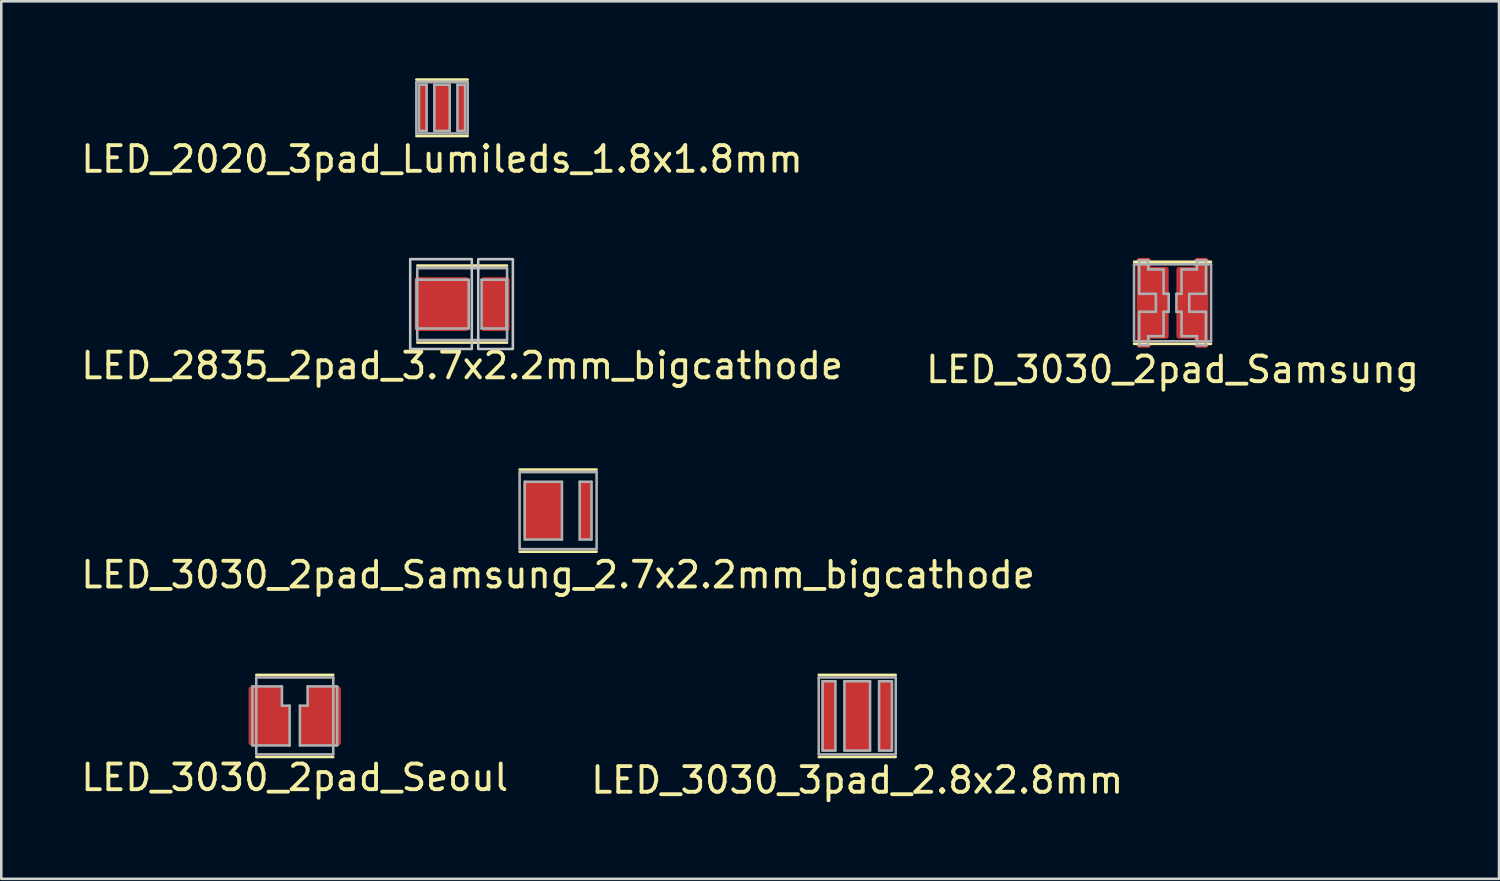
<source format=kicad_pcb>
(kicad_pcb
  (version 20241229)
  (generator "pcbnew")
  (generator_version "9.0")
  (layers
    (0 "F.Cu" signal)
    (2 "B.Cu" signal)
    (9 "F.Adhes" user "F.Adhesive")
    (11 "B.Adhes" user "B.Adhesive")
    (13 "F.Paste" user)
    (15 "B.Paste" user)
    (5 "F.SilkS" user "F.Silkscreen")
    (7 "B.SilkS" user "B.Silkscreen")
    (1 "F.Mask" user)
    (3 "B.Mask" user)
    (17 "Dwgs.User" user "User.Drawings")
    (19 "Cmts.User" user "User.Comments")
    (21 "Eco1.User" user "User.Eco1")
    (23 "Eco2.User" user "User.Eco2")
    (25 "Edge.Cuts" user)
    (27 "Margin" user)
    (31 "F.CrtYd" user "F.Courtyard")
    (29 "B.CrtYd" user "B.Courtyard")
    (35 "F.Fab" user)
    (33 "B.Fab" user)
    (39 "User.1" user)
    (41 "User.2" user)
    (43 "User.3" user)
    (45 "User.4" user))
  (footprint "LED_3030_2pad_Samsung_2.7x2.2mm_bigcathode"
    (layer "F.Cu")
    (at 18.696 16.846)
    (property "Reference" "LED_3030_2pad_Samsung_2.7x2.2mm_bigcathode" (at 0 2.5 0) (layer "F.SilkS") (effects (font (size 1 1) (thickness 0.15))))
    (attr smd)
    (fp_line (start -1.5 -1.6) (end 1.5 -1.6) (stroke (width 0.1) (type solid)) (layer "F.SilkS"))
    (fp_line (start -1.5 1.6) (end 1.5 1.6) (stroke (width 0.1) (type solid)) (layer "F.SilkS"))
    (fp_line (start -1.5 -1.5) (end 1.5 -1.5) (stroke (width 0.1) (type solid)) (layer "F.Fab"))
    (fp_line (start -1.5 1.5) (end -1.5 -1.5) (stroke (width 0.1) (type solid)) (layer "F.Fab"))
    (fp_line (start -1.3 -1.125) (end -1.3 1.125) (stroke (width 0.1) (type solid)) (layer "F.Fab"))
    (fp_line (start -1.3 -1.125) (end 0.15 -1.125) (stroke (width 0.1) (type solid)) (layer "F.Fab"))
    (fp_line (start -1.3 1.125) (end 0.15 1.125) (stroke (width 0.1) (type solid)) (layer "F.Fab"))
    (fp_line (start 0.15 -1.125) (end 0.15 1.125) (stroke (width 0.1) (type solid)) (layer "F.Fab"))
    (fp_line (start 0.84 -1.125) (end 0.84 1.125) (stroke (width 0.1) (type solid)) (layer "F.Fab"))
    (fp_line (start 0.84 -1.125) (end 1.3 -1.125) (stroke (width 0.1) (type solid)) (layer "F.Fab"))
    (fp_line (start 0.84 1.125) (end 1.3 1.125) (stroke (width 0.1) (type solid)) (layer "F.Fab"))
    (fp_line (start 1.3 -1.125) (end 1.3 1.125) (stroke (width 0.1) (type solid)) (layer "F.Fab"))
    (fp_line (start 1.5 -1.5) (end 1.5 1.5) (stroke (width 0.1) (type solid)) (layer "F.Fab"))
    (fp_line (start 1.5 1.5) (end -1.5 1.5) (stroke (width 0.1) (type solid)) (layer "F.Fab"))
    (pad "" smd roundrect (at -0.6 0) (size 1.26 1.96) (layers "F.Paste") (roundrect_rratio 0.079))
    (pad "" smd roundrect (at 1.1 0) (size 0.42 2) (layers "F.Paste") (roundrect_rratio 0.25))
    (pad "1" smd roundrect (at -0.6 0) (size 1.5 2.2) (layers "F.Cu" "F.Mask") (roundrect_rratio 0.067))
    (pad "2" smd roundrect (at 1.1 0) (size 0.5 2.2) (layers "F.Cu" "F.Mask") (roundrect_rratio 0.2)))
  (footprint "LED_3030_2pad_Samsung"
    (layer "F.Cu")
    (at 42.637 8.748)
    (property "Reference" "LED_3030_2pad_Samsung" (at 0 2.6 0) (layer "F.SilkS") (effects (font (size 1 1) (thickness 0.15))))
    (attr smd)
    (fp_line (start -1.5 -1.6) (end 1.5 -1.6) (stroke (width 0.1) (type solid)) (layer "F.SilkS"))
    (fp_line (start -1.5 1.6) (end 1.5 1.6) (stroke (width 0.1) (type solid)) (layer "F.SilkS"))
    (fp_line (start -1.5 -1.5) (end 1.5 -1.5) (stroke (width 0.1) (type solid)) (layer "F.Fab"))
    (fp_line (start -1.5 1.5) (end -1.5 -1.5) (stroke (width 0.1) (type solid)) (layer "F.Fab"))
    (fp_line (start -1.3 -1.65) (end -1.3 -0.35) (stroke (width 0.1) (type solid)) (layer "F.Fab"))
    (fp_line (start -1.3 -1.65) (end -0.95 -1.65) (stroke (width 0.1) (type solid)) (layer "F.Fab"))
    (fp_line (start -1.3 -0.35) (end -0.65 -0.35) (stroke (width 0.1) (type solid)) (layer "F.Fab"))
    (fp_line (start -1.3 0.35) (end -1.3 1.65) (stroke (width 0.1) (type solid)) (layer "F.Fab"))
    (fp_line (start -1.3 1.65) (end -0.95 1.65) (stroke (width 0.1) (type solid)) (layer "F.Fab"))
    (fp_line (start -0.95 -1.3) (end -0.95 -1.65) (stroke (width 0.1) (type solid)) (layer "F.Fab"))
    (fp_line (start -0.95 -1.3) (end -0.35 -1.3) (stroke (width 0.1) (type solid)) (layer "F.Fab"))
    (fp_line (start -0.95 1.3) (end -0.35 1.3) (stroke (width 0.1) (type solid)) (layer "F.Fab"))
    (fp_line (start -0.95 1.65) (end -0.95 1.3) (stroke (width 0.1) (type solid)) (layer "F.Fab"))
    (fp_line (start -0.65 -0.35) (end -0.65 0.35) (stroke (width 0.1) (type solid)) (layer "F.Fab"))
    (fp_line (start -0.65 0.35) (end -1.3 0.35) (stroke (width 0.1) (type solid)) (layer "F.Fab"))
    (fp_line (start -0.35 -1.3) (end -0.35 -0.35) (stroke (width 0.1) (type solid)) (layer "F.Fab"))
    (fp_line (start -0.35 -0.35) (end -0.15 -0.35) (stroke (width 0.1) (type solid)) (layer "F.Fab"))
    (fp_line (start -0.35 0.35) (end -0.35 1.3) (stroke (width 0.1) (type solid)) (layer "F.Fab"))
    (fp_line (start -0.35 0.35) (end -0.15 0.35) (stroke (width 0.1) (type solid)) (layer "F.Fab"))
    (fp_line (start -0.15 -0.35) (end -0.15 0.35) (stroke (width 0.1) (type solid)) (layer "F.Fab"))
    (fp_line (start 0.15 0.35) (end 0.15 -0.35) (stroke (width 0.1) (type solid)) (layer "F.Fab"))
    (fp_line (start 0.35 -0.35) (end 0.15 -0.35) (stroke (width 0.1) (type solid)) (layer "F.Fab"))
    (fp_line (start 0.35 -0.35) (end 0.35 -1.3) (stroke (width 0.1) (type solid)) (layer "F.Fab"))
    (fp_line (start 0.35 0.35) (end 0.15 0.35) (stroke (width 0.1) (type solid)) (layer "F.Fab"))
    (fp_line (start 0.35 1.3) (end 0.35 0.35) (stroke (width 0.1) (type solid)) (layer "F.Fab"))
    (fp_line (start 0.65 -0.35) (end 1.3 -0.35) (stroke (width 0.1) (type solid)) (layer "F.Fab"))
    (fp_line (start 0.65 0.35) (end 0.65 -0.35) (stroke (width 0.1) (type solid)) (layer "F.Fab"))
    (fp_line (start 0.95 -1.65) (end 0.95 -1.3) (stroke (width 0.1) (type solid)) (layer "F.Fab"))
    (fp_line (start 0.95 -1.3) (end 0.35 -1.3) (stroke (width 0.1) (type solid)) (layer "F.Fab"))
    (fp_line (start 0.95 1.3) (end 0.35 1.3) (stroke (width 0.1) (type solid)) (layer "F.Fab"))
    (fp_line (start 0.95 1.3) (end 0.95 1.65) (stroke (width 0.1) (type solid)) (layer "F.Fab"))
    (fp_line (start 1.3 -1.65) (end 0.95 -1.65) (stroke (width 0.1) (type solid)) (layer "F.Fab"))
    (fp_line (start 1.3 -0.35) (end 1.3 -1.65) (stroke (width 0.1) (type solid)) (layer "F.Fab"))
    (fp_line (start 1.3 0.35) (end 0.65 0.35) (stroke (width 0.1) (type solid)) (layer "F.Fab"))
    (fp_line (start 1.3 1.65) (end 0.95 1.65) (stroke (width 0.1) (type solid)) (layer "F.Fab"))
    (fp_line (start 1.3 1.65) (end 1.3 0.35) (stroke (width 0.1) (type solid)) (layer "F.Fab"))
    (fp_line (start 1.5 -1.5) (end 1.5 1.5) (stroke (width 0.1) (type solid)) (layer "F.Fab"))
    (fp_line (start 1.5 1.5) (end -1.5 1.5) (stroke (width 0.1) (type solid)) (layer "F.Fab"))
    (pad "" smd roundrect (at -0.775 -0.7) (size 0.99 1.14) (layers "F.Paste") (roundrect_rratio 0.101))
    (pad "" smd roundrect (at -0.775 0.7) (size 0.99 1.14) (layers "F.Paste") (roundrect_rratio 0.101))
    (pad "" smd roundrect (at 0.775 -0.7) (size 0.99 1.14) (layers "F.Paste") (roundrect_rratio 0.101))
    (pad "" smd roundrect (at 0.775 0.7) (size 0.99 1.14) (layers "F.Paste") (roundrect_rratio 0.101))
    (pad "1" smd roundrect (at -1.125 0 270) (size 3.5 0.55) (layers "F.Cu" "F.Mask") (roundrect_rratio 0.182))
    (pad "1" smd roundrect (at -0.55 0 270) (size 2.8 0.8) (layers "F.Cu" "F.Mask") (roundrect_rratio 0.125))
    (pad "2" smd roundrect (at 0.55 0 270) (size 2.8 0.8) (layers "F.Cu" "F.Mask") (roundrect_rratio 0.125))
    (pad "2" smd roundrect (at 1.125 0 270) (size 3.5 0.55) (layers "F.Cu" "F.Mask") (roundrect_rratio 0.182)))
  (footprint "LED_2020_3pad_Lumileds_1.8x1.8mm"
    (layer "F.Cu")
    (at 14.173 1.15)
    (property "Reference" "LED_2020_3pad_Lumileds_1.8x1.8mm" (at 0 2 0) (layer "F.SilkS") (effects (font (size 1 1) (thickness 0.15))))
    (attr smd)
    (fp_line (start -1 -1.1) (end 1 -1.1) (stroke (width 0.1) (type solid)) (layer "F.SilkS"))
    (fp_line (start -1 1.1) (end 1 1.1) (stroke (width 0.1) (type solid)) (layer "F.SilkS"))
    (fp_line (start -1 -1) (end 1 -1) (stroke (width 0.1) (type solid)) (layer "F.Fab"))
    (fp_line (start -1 1) (end -1 -1) (stroke (width 0.1) (type solid)) (layer "F.Fab"))
    (fp_line (start -0.9 -0.9) (end -0.6 -0.9) (stroke (width 0.1) (type solid)) (layer "F.Fab"))
    (fp_line (start -0.9 0.9) (end -0.9 -0.9) (stroke (width 0.1) (type solid)) (layer "F.Fab"))
    (fp_line (start -0.6 -0.9) (end -0.6 0.9) (stroke (width 0.1) (type solid)) (layer "F.Fab"))
    (fp_line (start -0.6 0.9) (end -0.9 0.9) (stroke (width 0.1) (type solid)) (layer "F.Fab"))
    (fp_line (start -0.3 -0.9) (end 0.3 -0.9) (stroke (width 0.1) (type solid)) (layer "F.Fab"))
    (fp_line (start -0.3 0.9) (end -0.3 -0.9) (stroke (width 0.1) (type solid)) (layer "F.Fab"))
    (fp_line (start 0.3 -0.9) (end 0.3 0.9) (stroke (width 0.1) (type solid)) (layer "F.Fab"))
    (fp_line (start 0.3 0.9) (end -0.3 0.9) (stroke (width 0.1) (type solid)) (layer "F.Fab"))
    (fp_line (start 0.6 -0.9) (end 0.9 -0.9) (stroke (width 0.1) (type solid)) (layer "F.Fab"))
    (fp_line (start 0.6 0.9) (end 0.6 -0.9) (stroke (width 0.1) (type solid)) (layer "F.Fab"))
    (fp_line (start 0.9 -0.9) (end 0.9 0.9) (stroke (width 0.1) (type solid)) (layer "F.Fab"))
    (fp_line (start 0.9 0.9) (end 0.6 0.9) (stroke (width 0.1) (type solid)) (layer "F.Fab"))
    (fp_line (start 1 -1) (end 1 1) (stroke (width 0.1) (type solid)) (layer "F.Fab"))
    (fp_line (start 1 1) (end -1 1) (stroke (width 0.1) (type solid)) (layer "F.Fab"))
    (pad "" smd roundrect (at -0.75 0) (size 0.24 1.74) (layers "F.Paste") (roundrect_rratio 0.417))
    (pad "" smd roundrect (at 0 0) (size 0.49 1.69) (layers "F.Paste") (roundrect_rratio 0.204))
    (pad "" smd roundrect (at 0.75 0) (size 0.24 1.74) (layers "F.Paste") (roundrect_rratio 0.455))
    (pad "1" smd roundrect (at -0.75 0) (size 0.3 1.8) (layers "F.Cu" "F.Mask") (roundrect_rratio 0.333))
    (pad "2" smd roundrect (at 0.75 0) (size 0.3 1.8) (layers "F.Cu" "F.Mask") (roundrect_rratio 0.333))
    (pad "3" smd roundrect (at 0 0) (size 0.6 1.8) (layers "F.Cu" "F.Mask") (roundrect_rratio 0.167)))
  (footprint "LED_2835_2pad_3.7x2.2mm_bigcathode"
    (layer "F.Cu")
    (at 14.958 8.798)
    (property "Reference" "LED_2835_2pad_3.7x2.2mm_bigcathode" (at 0 2.4 0) (layer "F.SilkS") (effects (font (size 1 1) (thickness 0.15))))
    (attr smd)
    (fp_line (start -1.75 -1.5) (end 1.75 -1.5) (stroke (width 0.1) (type solid)) (layer "F.SilkS"))
    (fp_line (start -1.75 1.5) (end 1.75 1.5) (stroke (width 0.1) (type solid)) (layer "F.SilkS"))
    (fp_poly (pts (xy -2.025 -1.75) (xy 0.375 -1.75) (xy 0.375 1.75) (xy -2.025 1.75)) (stroke (width 0.1) (type solid)) (fill no) (layer "Dwgs.User"))
    (fp_poly (pts (xy 1.975 1.75) (xy 0.625 1.75) (xy 0.625 -1.75) (xy 1.975 -1.75)) (stroke (width 0.1) (type solid)) (fill no) (layer "Dwgs.User"))
    (fp_line (start -1.775 -0.95) (end -1.775 0.95) (stroke (width 0.1) (type solid)) (layer "F.Fab"))
    (fp_line (start -1.75 -1.4) (end 1.75 -1.4) (stroke (width 0.1) (type solid)) (layer "F.Fab"))
    (fp_line (start -1.75 1.4) (end -1.75 -1.4) (stroke (width 0.1) (type solid)) (layer "F.Fab"))
    (fp_line (start 0.255 -0.95) (end -1.775 -0.95) (stroke (width 0.1) (type solid)) (layer "F.Fab"))
    (fp_line (start 0.255 -0.95) (end 0.255 0.95) (stroke (width 0.1) (type solid)) (layer "F.Fab"))
    (fp_line (start 0.255 0.95) (end -1.775 0.95) (stroke (width 0.1) (type solid)) (layer "F.Fab"))
    (fp_line (start 0.755 -0.95) (end 1.725 -0.95) (stroke (width 0.1) (type solid)) (layer "F.Fab"))
    (fp_line (start 0.755 0.95) (end 0.755 -0.95) (stroke (width 0.1) (type solid)) (layer "F.Fab"))
    (fp_line (start 0.755 0.95) (end 1.725 0.95) (stroke (width 0.1) (type solid)) (layer "F.Fab"))
    (fp_line (start 1.725 -0.95) (end 1.725 0.95) (stroke (width 0.1) (type solid)) (layer "F.Fab"))
    (fp_line (start 1.75 -1.4) (end 1.75 1.4) (stroke (width 0.1) (type solid)) (layer "F.Fab"))
    (fp_line (start 1.75 1.4) (end -1.75 1.4) (stroke (width 0.1) (type solid)) (layer "F.Fab"))
    (pad "" smd roundrect (at -1.325 0) (size 0.87 1.92) (layers "F.Paste") (roundrect_rratio 0.115))
    (pad "" smd roundrect (at -0.275 0) (size 0.87 1.92) (layers "F.Paste") (roundrect_rratio 0.115))
    (pad "" smd roundrect (at 1.3 0) (size 0.91 1.91) (layers "F.Paste") (roundrect_rratio 0.11))
    (pad "1" smd roundrect (at -0.8 0) (size 2.1 2.1) (layers "F.Cu" "F.Mask") (roundrect_rratio 0.048))
    (pad "2" smd roundrect (at 1.3 0) (size 1.1 2.1) (layers "F.Cu" "F.Mask") (roundrect_rratio 0.091)))
  (footprint "LED_3030_2pad_Seoul"
    (layer "F.Cu")
    (at 8.435 24.845)
    (property "Reference" "LED_3030_2pad_Seoul" (at 0 2.4 0) (layer "F.SilkS") (effects (font (size 1 1) (thickness 0.15))))
    (attr smd)
    (fp_line (start -1.5 -1.6) (end 1.5 -1.6) (stroke (width 0.1) (type solid)) (layer "F.SilkS"))
    (fp_line (start -1.5 1.6) (end 1.5 1.6) (stroke (width 0.1) (type solid)) (layer "F.SilkS"))
    (fp_line (start -1.65 -1.15) (end -1.65 1.15) (stroke (width 0.1) (type solid)) (layer "F.Fab"))
    (fp_line (start -1.65 -1.15) (end -0.5 -1.15) (stroke (width 0.1) (type solid)) (layer "F.Fab"))
    (fp_line (start -1.65 1.15) (end -0.2 1.15) (stroke (width 0.1) (type solid)) (layer "F.Fab"))
    (fp_line (start -1.5 -1.5) (end 1.5 -1.5) (stroke (width 0.1) (type solid)) (layer "F.Fab"))
    (fp_line (start -1.5 1.5) (end -1.5 -1.5) (stroke (width 0.1) (type solid)) (layer "F.Fab"))
    (fp_line (start -0.5 -1.15) (end -0.5 -0.4) (stroke (width 0.1) (type solid)) (layer "F.Fab"))
    (fp_line (start -0.5 -0.4) (end -0.2 -0.4) (stroke (width 0.1) (type solid)) (layer "F.Fab"))
    (fp_line (start -0.2 -0.4) (end -0.2 1.15) (stroke (width 0.1) (type solid)) (layer "F.Fab"))
    (fp_line (start 0.2 -0.4) (end 0.2 1.15) (stroke (width 0.1) (type solid)) (layer "F.Fab"))
    (fp_line (start 0.2 1.15) (end 1.65 1.15) (stroke (width 0.1) (type solid)) (layer "F.Fab"))
    (fp_line (start 0.5 -1.15) (end 0.5 -0.4) (stroke (width 0.1) (type solid)) (layer "F.Fab"))
    (fp_line (start 0.5 -1.15) (end 1.65 -1.15) (stroke (width 0.1) (type solid)) (layer "F.Fab"))
    (fp_line (start 0.5 -0.4) (end 0.2 -0.4) (stroke (width 0.1) (type solid)) (layer "F.Fab"))
    (fp_line (start 1.5 -1.5) (end 1.5 1.5) (stroke (width 0.1) (type solid)) (layer "F.Fab"))
    (fp_line (start 1.5 1.5) (end -1.5 1.5) (stroke (width 0.1) (type solid)) (layer "F.Fab"))
    (fp_line (start 1.65 -1.15) (end 1.65 1.15) (stroke (width 0.1) (type solid)) (layer "F.Fab"))
    (pad "" smd roundrect (at -1.15 -0.575) (size 1.14 0.99) (layers "F.Paste") (roundrect_rratio 0.101))
    (pad "" smd roundrect (at -1 0.575) (size 1.42 0.97) (layers "F.Paste") (roundrect_rratio 0.103))
    (pad "" smd roundrect (at 1 0.575) (size 1.42 0.97) (layers "F.Paste") (roundrect_rratio 0.103))
    (pad "" smd roundrect (at 1.15 -0.575) (size 1.14 0.99) (layers "F.Paste") (roundrect_rratio 0.101))
    (pad "1" smd roundrect (at -1.15 0) (size 1.3 2.3) (layers "F.Cu" "F.Mask") (roundrect_rratio 0.076))
    (pad "1" smd roundrect (at -0.45 0.375) (size 0.5 1.55) (layers "F.Cu" "F.Mask") (roundrect_rratio 0.2))
    (pad "2" smd roundrect (at 0.45 0.375) (size 0.5 1.55) (layers "F.Cu" "F.Mask") (roundrect_rratio 0.2))
    (pad "2" smd roundrect (at 1.15 0) (size 1.3 2.3) (layers "F.Cu" "F.Mask") (roundrect_rratio 0.076)))
  (footprint "LED_3030_3pad_2.8x2.8mm"
    (layer "F.Cu")
    (at 30.351 24.845)
    (property "Reference" "LED_3030_3pad_2.8x2.8mm" (at 0 2.5 0) (layer "F.SilkS") (effects (font (size 1 1) (thickness 0.15))))
    (attr smd)
    (fp_line (start -1.5 -1.6) (end 1.5 -1.6) (stroke (width 0.1) (type solid)) (layer "F.SilkS"))
    (fp_line (start -1.5 1.6) (end 1.5 1.6) (stroke (width 0.1) (type solid)) (layer "F.SilkS"))
    (fp_line (start -1.5 -1.5) (end 1.5 -1.5) (stroke (width 0.1) (type solid)) (layer "F.Fab"))
    (fp_line (start -1.5 1.5) (end -1.5 -1.5) (stroke (width 0.1) (type solid)) (layer "F.Fab"))
    (fp_line (start -1.35 -1.35) (end -0.85 -1.35) (stroke (width 0.1) (type solid)) (layer "F.Fab"))
    (fp_line (start -1.35 1.35) (end -1.35 -1.35) (stroke (width 0.1) (type solid)) (layer "F.Fab"))
    (fp_line (start -1.35 1.35) (end -0.85 1.35) (stroke (width 0.1) (type solid)) (layer "F.Fab"))
    (fp_line (start -0.85 1.35) (end -0.85 -1.35) (stroke (width 0.1) (type solid)) (layer "F.Fab"))
    (fp_line (start -0.5 -1.35) (end 0.5 -1.35) (stroke (width 0.1) (type solid)) (layer "F.Fab"))
    (fp_line (start -0.5 1.35) (end -0.5 -1.35) (stroke (width 0.1) (type solid)) (layer "F.Fab"))
    (fp_line (start 0.5 -1.35) (end 0.5 1.35) (stroke (width 0.1) (type solid)) (layer "F.Fab"))
    (fp_line (start 0.5 1.35) (end -0.5 1.35) (stroke (width 0.1) (type solid)) (layer "F.Fab"))
    (fp_line (start 0.85 -1.35) (end 1.35 -1.35) (stroke (width 0.1) (type solid)) (layer "F.Fab"))
    (fp_line (start 0.85 1.35) (end 0.85 -1.35) (stroke (width 0.1) (type solid)) (layer "F.Fab"))
    (fp_line (start 0.85 1.35) (end 1.35 1.35) (stroke (width 0.1) (type solid)) (layer "F.Fab"))
    (fp_line (start 1.35 1.35) (end 1.35 -1.35) (stroke (width 0.1) (type solid)) (layer "F.Fab"))
    (fp_line (start 1.5 -1.5) (end 1.5 1.5) (stroke (width 0.1) (type solid)) (layer "F.Fab"))
    (fp_line (start 1.5 1.5) (end -1.5 1.5) (stroke (width 0.1) (type solid)) (layer "F.Fab"))
    (pad "" smd roundrect (at -1.125 -0.7) (size 0.45 1.3) (layers "F.Paste") (roundrect_rratio 0.222))
    (pad "" smd roundrect (at -1.125 0.7) (size 0.45 1.3) (layers "F.Paste") (roundrect_rratio 0.222))
    (pad "" smd roundrect (at 0 -0.7) (size 0.85 1.25) (layers "F.Paste") (roundrect_rratio 0.118))
    (pad "" smd roundrect (at 0 0.7) (size 0.85 1.25) (layers "F.Paste") (roundrect_rratio 0.118))
    (pad "" smd roundrect (at 1.125 -0.7) (size 0.45 1.3) (layers "F.Paste") (roundrect_rratio 0.222))
    (pad "" smd roundrect (at 1.125 0.7) (size 0.45 1.3) (layers "F.Paste") (roundrect_rratio 0.222))
    (pad "1" smd roundrect (at -1.125 0) (size 0.55 2.8) (layers "F.Cu" "F.Mask") (roundrect_rratio 0.182))
    (pad "2" smd roundrect (at 1.125 0) (size 0.55 2.8) (layers "F.Cu" "F.Mask") (roundrect_rratio 0.182))
    (pad "TP" smd roundrect (at 0 0) (size 1 2.8) (layers "F.Cu" "F.Mask") (roundrect_rratio 0.1)))
  (gr_rect
    (start -3 -3)
    (end 55.357 31.193)
    (stroke (width 0.1) (type default))
    (fill no)
    (layer "Edge.Cuts")))
</source>
